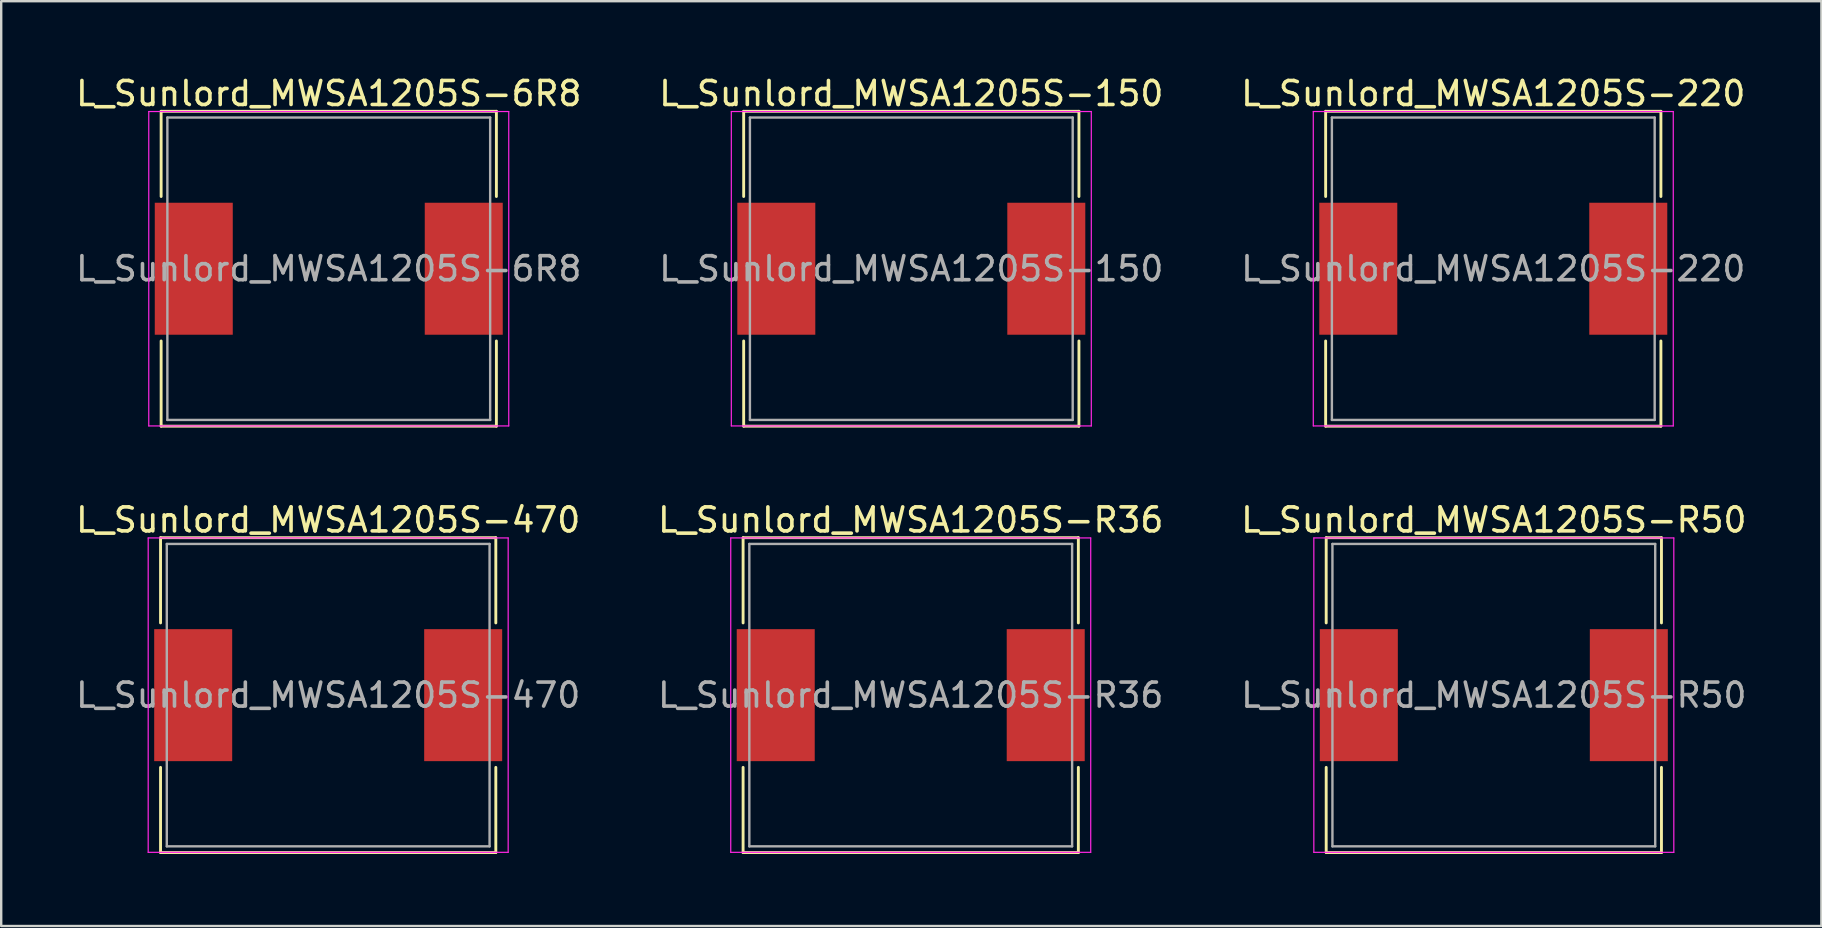
<source format=kicad_pcb>
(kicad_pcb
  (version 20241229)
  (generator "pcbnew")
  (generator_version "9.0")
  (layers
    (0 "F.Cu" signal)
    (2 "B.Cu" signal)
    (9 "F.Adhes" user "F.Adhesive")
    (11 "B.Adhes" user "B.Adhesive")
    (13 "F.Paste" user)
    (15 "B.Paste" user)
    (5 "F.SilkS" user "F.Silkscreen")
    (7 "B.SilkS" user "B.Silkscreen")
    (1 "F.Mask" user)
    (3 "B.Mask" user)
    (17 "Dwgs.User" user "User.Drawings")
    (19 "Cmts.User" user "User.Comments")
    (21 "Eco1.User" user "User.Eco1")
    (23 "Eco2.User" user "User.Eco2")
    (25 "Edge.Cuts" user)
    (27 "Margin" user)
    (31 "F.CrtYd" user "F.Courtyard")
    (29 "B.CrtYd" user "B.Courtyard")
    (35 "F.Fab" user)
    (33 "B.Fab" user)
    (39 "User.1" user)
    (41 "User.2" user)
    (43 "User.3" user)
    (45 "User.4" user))
  (footprint "L_Sunlord_MWSA1205S-220"
    (layer "F.Cu")
    (at 59.173 8.148)
    (property "Reference" "L_Sunlord_MWSA1205S-220" (at 0 -7.3 0) (layer "F.SilkS") (effects (font (size 1 1) (thickness 0.15))))
    (attr smd)
    (fp_line (start -6.985 -6.56) (end -6.985 -3.01) (stroke (width 0.12) (type solid)) (layer "F.SilkS"))
    (fp_line (start -6.985 -6.56) (end 6.985 -6.56) (stroke (width 0.12) (type solid)) (layer "F.SilkS"))
    (fp_line (start -6.985 6.56) (end -6.985 3.01) (stroke (width 0.12) (type solid)) (layer "F.SilkS"))
    (fp_line (start -6.985 6.56) (end 6.985 6.56) (stroke (width 0.12) (type solid)) (layer "F.SilkS"))
    (fp_line (start 6.985 -6.56) (end 6.985 -3.01) (stroke (width 0.12) (type solid)) (layer "F.SilkS"))
    (fp_line (start 6.985 6.56) (end 6.985 3.01) (stroke (width 0.12) (type solid)) (layer "F.SilkS"))
    (fp_line (start -7.5 -6.55) (end -7.5 6.55) (stroke (width 0.05) (type solid)) (layer "F.CrtYd"))
    (fp_line (start -7.5 6.55) (end 7.5 6.55) (stroke (width 0.05) (type solid)) (layer "F.CrtYd"))
    (fp_line (start 7.5 -6.55) (end -7.5 -6.55) (stroke (width 0.05) (type solid)) (layer "F.CrtYd"))
    (fp_line (start 7.5 6.55) (end 7.5 -6.55) (stroke (width 0.05) (type solid)) (layer "F.CrtYd"))
    (fp_line (start -6.725 -6.3) (end -6.725 6.3) (stroke (width 0.1) (type solid)) (layer "F.Fab"))
    (fp_line (start -6.725 6.3) (end 6.725 6.3) (stroke (width 0.1) (type solid)) (layer "F.Fab"))
    (fp_line (start 6.725 -6.3) (end -6.725 -6.3) (stroke (width 0.1) (type solid)) (layer "F.Fab"))
    (fp_line (start 6.725 6.3) (end 6.725 -6.3) (stroke (width 0.1) (type solid)) (layer "F.Fab"))
    (fp_text user "${REFERENCE}" (at 0 0 0) (layer "F.Fab") (effects (font (size 1 1) (thickness 0.15))))
    (pad "1" smd rect (at -5.625 0) (size 3.25 5.5) (layers "F.Cu" "F.Mask" "F.Paste"))
    (pad "2" smd rect (at 5.625 0) (size 3.25 5.5) (layers "F.Cu" "F.Mask" "F.Paste")))
  (footprint "L_Sunlord_MWSA1205S-470"
    (layer "F.Cu")
    (at 10.625 25.916)
    (property "Reference" "L_Sunlord_MWSA1205S-470" (at 0 -7.3 0) (layer "F.SilkS") (effects (font (size 1 1) (thickness 0.15))))
    (attr smd)
    (fp_line (start -6.985 -6.56) (end -6.985 -3.01) (stroke (width 0.12) (type solid)) (layer "F.SilkS"))
    (fp_line (start -6.985 -6.56) (end 6.985 -6.56) (stroke (width 0.12) (type solid)) (layer "F.SilkS"))
    (fp_line (start -6.985 6.56) (end -6.985 3.01) (stroke (width 0.12) (type solid)) (layer "F.SilkS"))
    (fp_line (start -6.985 6.56) (end 6.985 6.56) (stroke (width 0.12) (type solid)) (layer "F.SilkS"))
    (fp_line (start 6.985 -6.56) (end 6.985 -3.01) (stroke (width 0.12) (type solid)) (layer "F.SilkS"))
    (fp_line (start 6.985 6.56) (end 6.985 3.01) (stroke (width 0.12) (type solid)) (layer "F.SilkS"))
    (fp_line (start -7.5 -6.55) (end -7.5 6.55) (stroke (width 0.05) (type solid)) (layer "F.CrtYd"))
    (fp_line (start -7.5 6.55) (end 7.5 6.55) (stroke (width 0.05) (type solid)) (layer "F.CrtYd"))
    (fp_line (start 7.5 -6.55) (end -7.5 -6.55) (stroke (width 0.05) (type solid)) (layer "F.CrtYd"))
    (fp_line (start 7.5 6.55) (end 7.5 -6.55) (stroke (width 0.05) (type solid)) (layer "F.CrtYd"))
    (fp_line (start -6.725 -6.3) (end -6.725 6.3) (stroke (width 0.1) (type solid)) (layer "F.Fab"))
    (fp_line (start -6.725 6.3) (end 6.725 6.3) (stroke (width 0.1) (type solid)) (layer "F.Fab"))
    (fp_line (start 6.725 -6.3) (end -6.725 -6.3) (stroke (width 0.1) (type solid)) (layer "F.Fab"))
    (fp_line (start 6.725 6.3) (end 6.725 -6.3) (stroke (width 0.1) (type solid)) (layer "F.Fab"))
    (fp_text user "${REFERENCE}" (at 0 0 0) (layer "F.Fab") (effects (font (size 1 1) (thickness 0.15))))
    (pad "1" smd rect (at -5.625 0) (size 3.25 5.5) (layers "F.Cu" "F.Mask" "F.Paste"))
    (pad "2" smd rect (at 5.625 0) (size 3.25 5.5) (layers "F.Cu" "F.Mask" "F.Paste")))
  (footprint "L_Sunlord_MWSA1205S-6R8"
    (layer "F.Cu")
    (at 10.649 8.148)
    (property "Reference" "L_Sunlord_MWSA1205S-6R8" (at 0 -7.3 0) (layer "F.SilkS") (effects (font (size 1 1) (thickness 0.15))))
    (attr smd)
    (fp_line (start -6.985 -6.56) (end -6.985 -3.01) (stroke (width 0.12) (type solid)) (layer "F.SilkS"))
    (fp_line (start -6.985 -6.56) (end 6.985 -6.56) (stroke (width 0.12) (type solid)) (layer "F.SilkS"))
    (fp_line (start -6.985 6.56) (end -6.985 3.01) (stroke (width 0.12) (type solid)) (layer "F.SilkS"))
    (fp_line (start -6.985 6.56) (end 6.985 6.56) (stroke (width 0.12) (type solid)) (layer "F.SilkS"))
    (fp_line (start 6.985 -6.56) (end 6.985 -3.01) (stroke (width 0.12) (type solid)) (layer "F.SilkS"))
    (fp_line (start 6.985 6.56) (end 6.985 3.01) (stroke (width 0.12) (type solid)) (layer "F.SilkS"))
    (fp_line (start -7.5 -6.55) (end -7.5 6.55) (stroke (width 0.05) (type solid)) (layer "F.CrtYd"))
    (fp_line (start -7.5 6.55) (end 7.5 6.55) (stroke (width 0.05) (type solid)) (layer "F.CrtYd"))
    (fp_line (start 7.5 -6.55) (end -7.5 -6.55) (stroke (width 0.05) (type solid)) (layer "F.CrtYd"))
    (fp_line (start 7.5 6.55) (end 7.5 -6.55) (stroke (width 0.05) (type solid)) (layer "F.CrtYd"))
    (fp_line (start -6.725 -6.3) (end -6.725 6.3) (stroke (width 0.1) (type solid)) (layer "F.Fab"))
    (fp_line (start -6.725 6.3) (end 6.725 6.3) (stroke (width 0.1) (type solid)) (layer "F.Fab"))
    (fp_line (start 6.725 -6.3) (end -6.725 -6.3) (stroke (width 0.1) (type solid)) (layer "F.Fab"))
    (fp_line (start 6.725 6.3) (end 6.725 -6.3) (stroke (width 0.1) (type solid)) (layer "F.Fab"))
    (fp_text user "${REFERENCE}" (at 0 0 0) (layer "F.Fab") (effects (font (size 1 1) (thickness 0.15))))
    (pad "1" smd rect (at -5.625 0) (size 3.25 5.5) (layers "F.Cu" "F.Mask" "F.Paste"))
    (pad "2" smd rect (at 5.625 0) (size 3.25 5.5) (layers "F.Cu" "F.Mask" "F.Paste")))
  (footprint "L_Sunlord_MWSA1205S-R36"
    (layer "F.Cu")
    (at 34.899 25.916)
    (property "Reference" "L_Sunlord_MWSA1205S-R36" (at 0 -7.3 0) (layer "F.SilkS") (effects (font (size 1 1) (thickness 0.15))))
    (attr smd)
    (fp_line (start -6.985 -6.56) (end -6.985 -3.01) (stroke (width 0.12) (type solid)) (layer "F.SilkS"))
    (fp_line (start -6.985 -6.56) (end 6.985 -6.56) (stroke (width 0.12) (type solid)) (layer "F.SilkS"))
    (fp_line (start -6.985 6.56) (end -6.985 3.01) (stroke (width 0.12) (type solid)) (layer "F.SilkS"))
    (fp_line (start -6.985 6.56) (end 6.985 6.56) (stroke (width 0.12) (type solid)) (layer "F.SilkS"))
    (fp_line (start 6.985 -6.56) (end 6.985 -3.01) (stroke (width 0.12) (type solid)) (layer "F.SilkS"))
    (fp_line (start 6.985 6.56) (end 6.985 3.01) (stroke (width 0.12) (type solid)) (layer "F.SilkS"))
    (fp_line (start -7.5 -6.55) (end -7.5 6.55) (stroke (width 0.05) (type solid)) (layer "F.CrtYd"))
    (fp_line (start -7.5 6.55) (end 7.5 6.55) (stroke (width 0.05) (type solid)) (layer "F.CrtYd"))
    (fp_line (start 7.5 -6.55) (end -7.5 -6.55) (stroke (width 0.05) (type solid)) (layer "F.CrtYd"))
    (fp_line (start 7.5 6.55) (end 7.5 -6.55) (stroke (width 0.05) (type solid)) (layer "F.CrtYd"))
    (fp_line (start -6.725 -6.3) (end -6.725 6.3) (stroke (width 0.1) (type solid)) (layer "F.Fab"))
    (fp_line (start -6.725 6.3) (end 6.725 6.3) (stroke (width 0.1) (type solid)) (layer "F.Fab"))
    (fp_line (start 6.725 -6.3) (end -6.725 -6.3) (stroke (width 0.1) (type solid)) (layer "F.Fab"))
    (fp_line (start 6.725 6.3) (end 6.725 -6.3) (stroke (width 0.1) (type solid)) (layer "F.Fab"))
    (fp_text user "${REFERENCE}" (at 0 0 0) (layer "F.Fab") (effects (font (size 1 1) (thickness 0.15))))
    (pad "1" smd rect (at -5.625 0) (size 3.25 5.5) (layers "F.Cu" "F.Mask" "F.Paste"))
    (pad "2" smd rect (at 5.625 0) (size 3.25 5.5) (layers "F.Cu" "F.Mask" "F.Paste")))
  (footprint "L_Sunlord_MWSA1205S-R50"
    (layer "F.Cu")
    (at 59.196 25.916)
    (property "Reference" "L_Sunlord_MWSA1205S-R50" (at 0 -7.3 0) (layer "F.SilkS") (effects (font (size 1 1) (thickness 0.15))))
    (attr smd)
    (fp_line (start -6.985 -6.56) (end -6.985 -3.01) (stroke (width 0.12) (type solid)) (layer "F.SilkS"))
    (fp_line (start -6.985 -6.56) (end 6.985 -6.56) (stroke (width 0.12) (type solid)) (layer "F.SilkS"))
    (fp_line (start -6.985 6.56) (end -6.985 3.01) (stroke (width 0.12) (type solid)) (layer "F.SilkS"))
    (fp_line (start -6.985 6.56) (end 6.985 6.56) (stroke (width 0.12) (type solid)) (layer "F.SilkS"))
    (fp_line (start 6.985 -6.56) (end 6.985 -3.01) (stroke (width 0.12) (type solid)) (layer "F.SilkS"))
    (fp_line (start 6.985 6.56) (end 6.985 3.01) (stroke (width 0.12) (type solid)) (layer "F.SilkS"))
    (fp_line (start -7.5 -6.55) (end -7.5 6.55) (stroke (width 0.05) (type solid)) (layer "F.CrtYd"))
    (fp_line (start -7.5 6.55) (end 7.5 6.55) (stroke (width 0.05) (type solid)) (layer "F.CrtYd"))
    (fp_line (start 7.5 -6.55) (end -7.5 -6.55) (stroke (width 0.05) (type solid)) (layer "F.CrtYd"))
    (fp_line (start 7.5 6.55) (end 7.5 -6.55) (stroke (width 0.05) (type solid)) (layer "F.CrtYd"))
    (fp_line (start -6.725 -6.3) (end -6.725 6.3) (stroke (width 0.1) (type solid)) (layer "F.Fab"))
    (fp_line (start -6.725 6.3) (end 6.725 6.3) (stroke (width 0.1) (type solid)) (layer "F.Fab"))
    (fp_line (start 6.725 -6.3) (end -6.725 -6.3) (stroke (width 0.1) (type solid)) (layer "F.Fab"))
    (fp_line (start 6.725 6.3) (end 6.725 -6.3) (stroke (width 0.1) (type solid)) (layer "F.Fab"))
    (fp_text user "${REFERENCE}" (at 0 0 0) (layer "F.Fab") (effects (font (size 1 1) (thickness 0.15))))
    (pad "1" smd rect (at -5.625 0) (size 3.25 5.5) (layers "F.Cu" "F.Mask" "F.Paste"))
    (pad "2" smd rect (at 5.625 0) (size 3.25 5.5) (layers "F.Cu" "F.Mask" "F.Paste")))
  (footprint "L_Sunlord_MWSA1205S-150"
    (layer "F.Cu")
    (at 34.923 8.148)
    (property "Reference" "L_Sunlord_MWSA1205S-150" (at 0 -7.3 0) (layer "F.SilkS") (effects (font (size 1 1) (thickness 0.15))))
    (attr smd)
    (fp_line (start -6.985 -6.56) (end -6.985 -3.01) (stroke (width 0.12) (type solid)) (layer "F.SilkS"))
    (fp_line (start -6.985 -6.56) (end 6.985 -6.56) (stroke (width 0.12) (type solid)) (layer "F.SilkS"))
    (fp_line (start -6.985 6.56) (end -6.985 3.01) (stroke (width 0.12) (type solid)) (layer "F.SilkS"))
    (fp_line (start -6.985 6.56) (end 6.985 6.56) (stroke (width 0.12) (type solid)) (layer "F.SilkS"))
    (fp_line (start 6.985 -6.56) (end 6.985 -3.01) (stroke (width 0.12) (type solid)) (layer "F.SilkS"))
    (fp_line (start 6.985 6.56) (end 6.985 3.01) (stroke (width 0.12) (type solid)) (layer "F.SilkS"))
    (fp_line (start -7.5 -6.55) (end -7.5 6.55) (stroke (width 0.05) (type solid)) (layer "F.CrtYd"))
    (fp_line (start -7.5 6.55) (end 7.5 6.55) (stroke (width 0.05) (type solid)) (layer "F.CrtYd"))
    (fp_line (start 7.5 -6.55) (end -7.5 -6.55) (stroke (width 0.05) (type solid)) (layer "F.CrtYd"))
    (fp_line (start 7.5 6.55) (end 7.5 -6.55) (stroke (width 0.05) (type solid)) (layer "F.CrtYd"))
    (fp_line (start -6.725 -6.3) (end -6.725 6.3) (stroke (width 0.1) (type solid)) (layer "F.Fab"))
    (fp_line (start -6.725 6.3) (end 6.725 6.3) (stroke (width 0.1) (type solid)) (layer "F.Fab"))
    (fp_line (start 6.725 -6.3) (end -6.725 -6.3) (stroke (width 0.1) (type solid)) (layer "F.Fab"))
    (fp_line (start 6.725 6.3) (end 6.725 -6.3) (stroke (width 0.1) (type solid)) (layer "F.Fab"))
    (fp_text user "${REFERENCE}" (at 0 0 0) (layer "F.Fab") (effects (font (size 1 1) (thickness 0.15))))
    (pad "1" smd rect (at -5.625 0) (size 3.25 5.5) (layers "F.Cu" "F.Mask" "F.Paste"))
    (pad "2" smd rect (at 5.625 0) (size 3.25 5.5) (layers "F.Cu" "F.Mask" "F.Paste")))
  (gr_rect
    (start -3 -3)
    (end 72.845 35.536)
    (stroke (width 0.1) (type default))
    (fill no)
    (layer "Edge.Cuts")))
</source>
